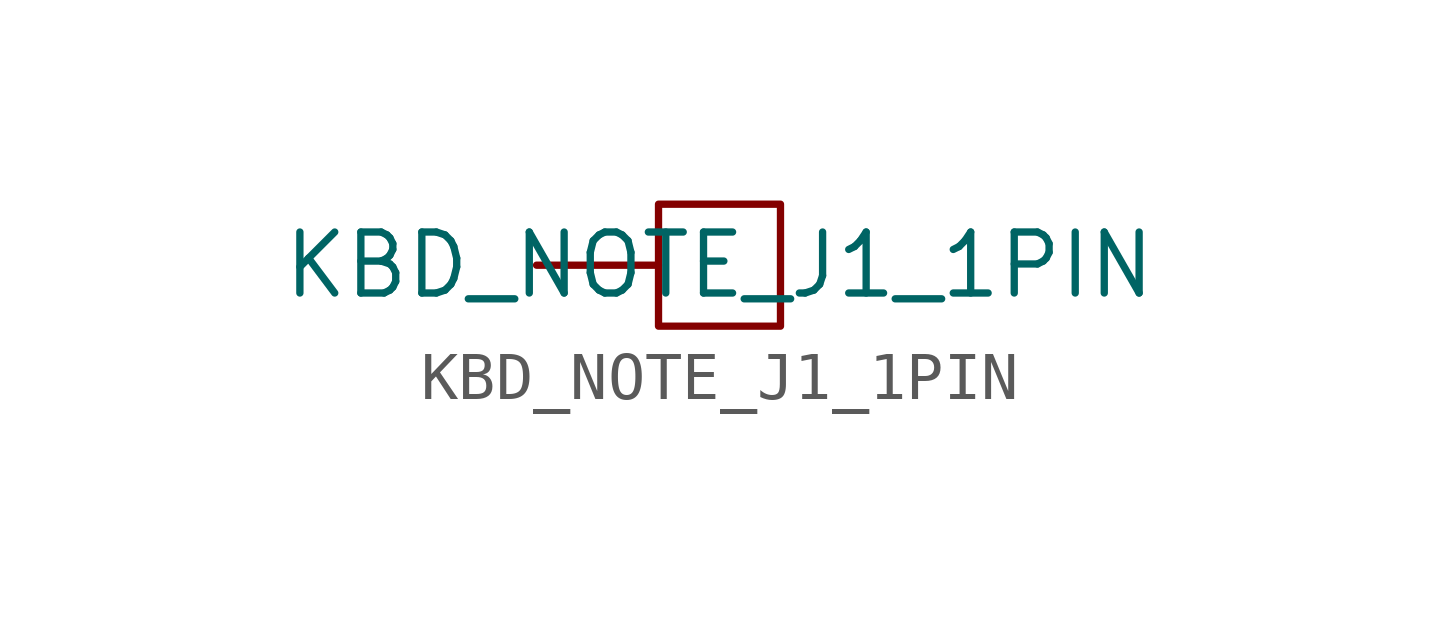
<source format=kicad_sym>
(kicad_symbol_lib
  (version 20211014)
  (generator kicad_symbol_editor)
  (symbol "KBD_NOTE_J1_1PIN"
    (property "Reference" "KBDN"
      (at -27.94 20.32 0)
      (effects (font (size 1.27 1.27)) hide))
    (property "Value" "KBD_NOTE_J1_1PIN"
      (at 0 0 0)
      (effects (font (size 1.27 1.27))))
    (symbol "KBD_NOTE_J1_1PIN_0_1"
      (rectangle (start -1.27 1.27) (end 1.27 -1.27) (stroke (width 0) (type default) (color 0 0 0 0)) (fill (type none))))
    (symbol "KBD_NOTE_J1_1PIN_1_1"
      (pin input line (at -3.81 0 0) (length 2.54) (name "" (effects (font (size 1.27 1.27)))) (number "" (effects (font (size 1.27 1.27))))))))
</source>
